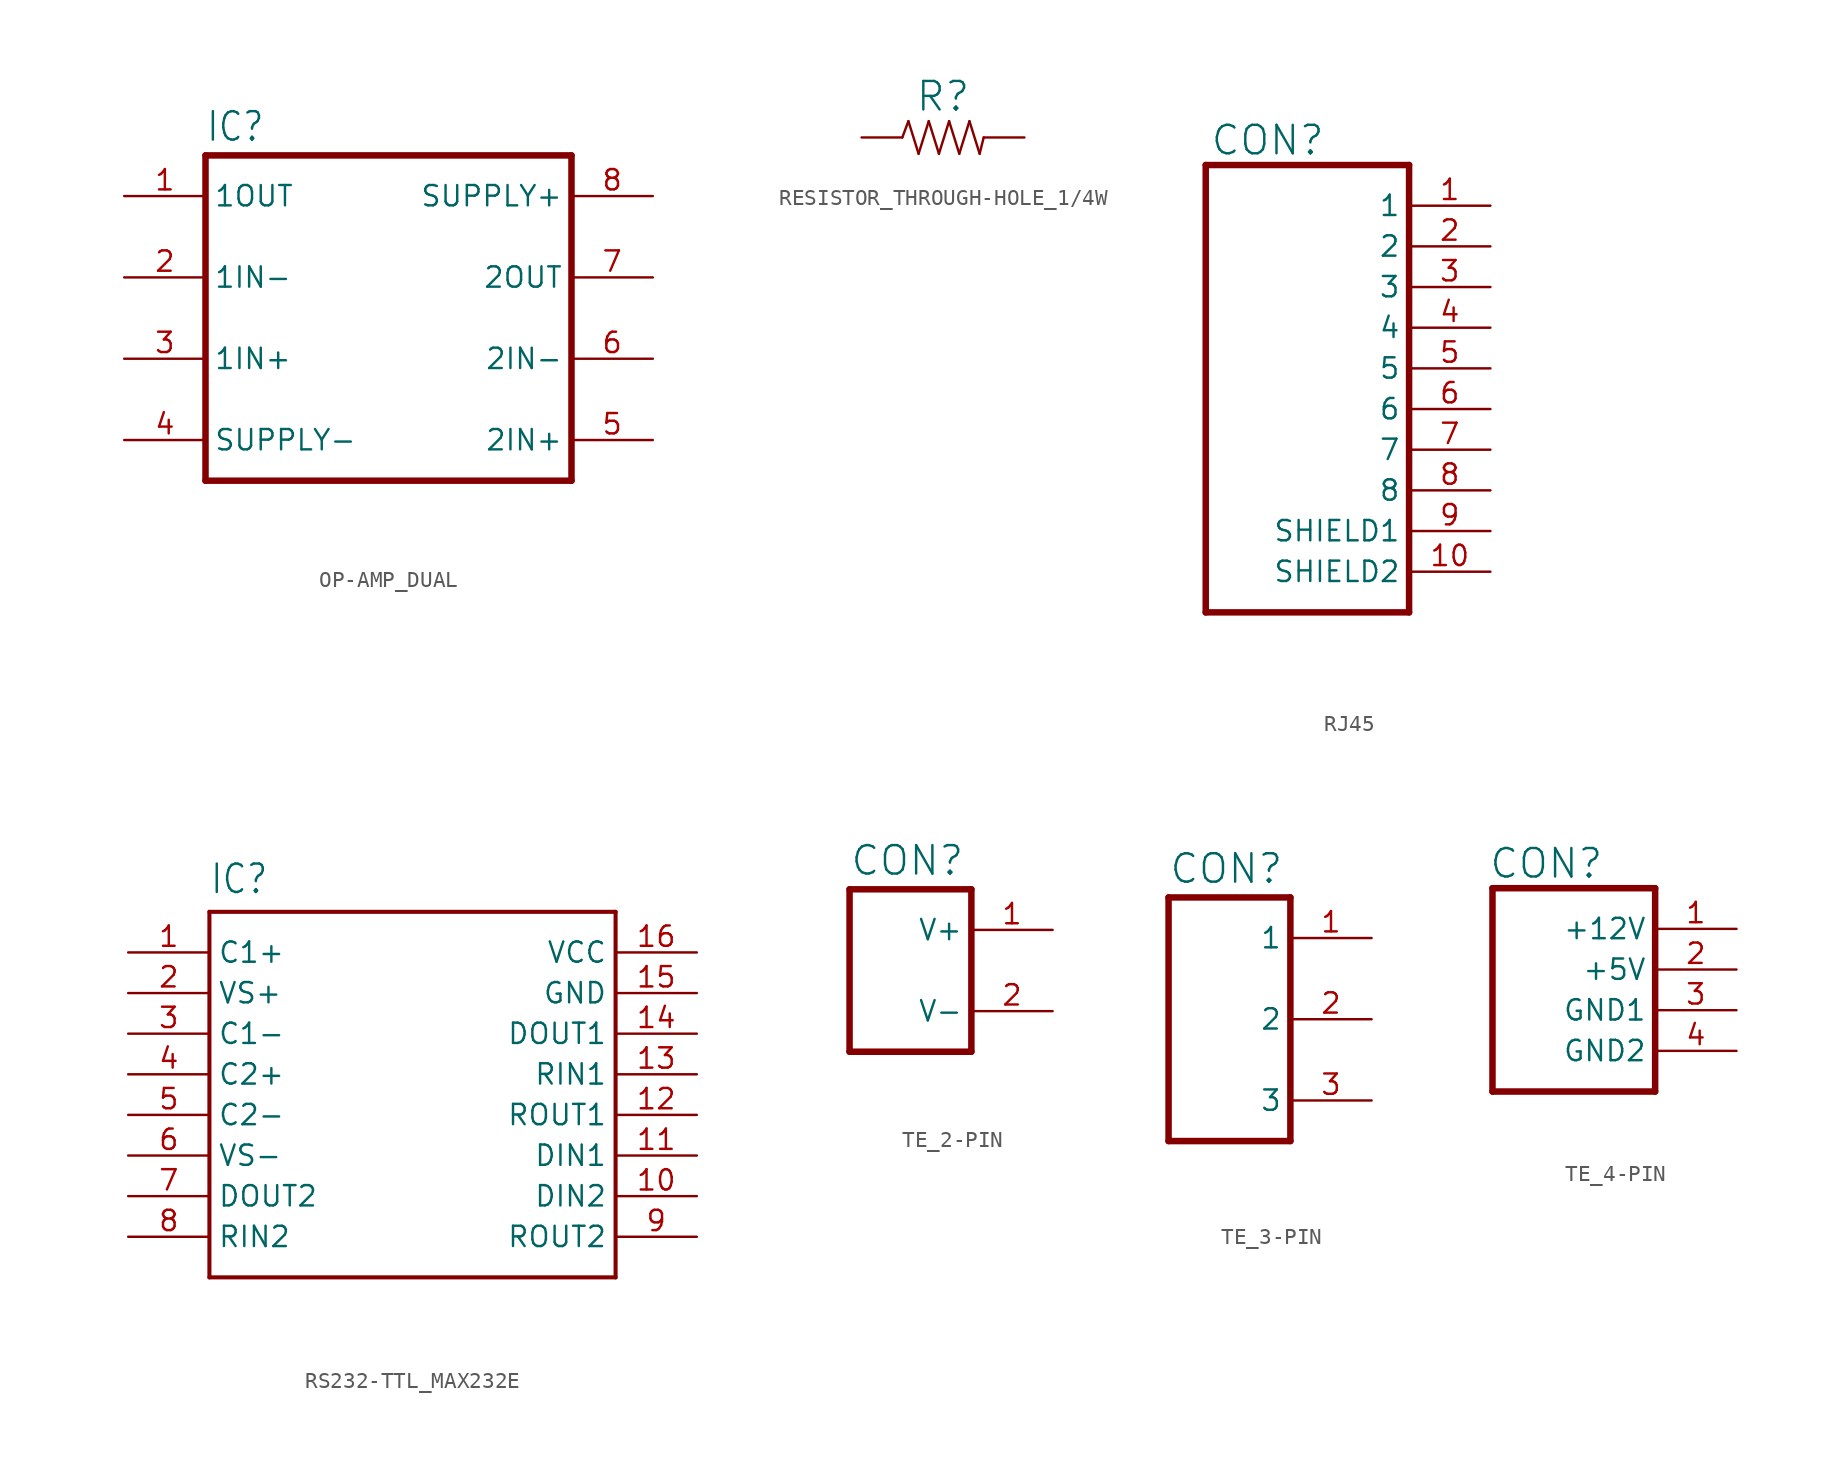
<source format=kicad_sym>
(kicad_symbol_lib
  (version 20220914)
  (generator kicad_symbol_editor)
  (symbol "OP-AMP_DUAL"
    (property "Reference" "IC"
      (at 0 21.082 0)
      (effects (font (size 1.778 1.511)) (justify left bottom)))
    (property "Value" ""
      (at 0 -2.54 0)
      (effects (font (size 1.778 1.511)) (justify left bottom)))
    (property "ki_locked" ""
      (at 0 0 0)
      (effects (font (size 1.27 1.27))))
    (symbol "OP-AMP_DUAL_1_0"
      (polyline (pts (xy 0 0) (xy 22.86 0)) (stroke (width 0.406) (type solid)) (fill (type none)))
      (polyline (pts (xy 0 20.32) (xy 0 0)) (stroke (width 0.406) (type solid)) (fill (type none)))
      (polyline (pts (xy 22.86 0) (xy 22.86 20.32)) (stroke (width 0.406) (type solid)) (fill (type none)))
      (polyline (pts (xy 22.86 20.32) (xy 0 20.32)) (stroke (width 0.406) (type solid)) (fill (type none)))
      (pin bidirectional line (at -5.08 17.78 0) (length 5.08) (name "1OUT" (effects (font (size 1.27 1.27)))) (number "1" (effects (font (size 1.27 1.27)))))
      (pin bidirectional line (at -5.08 12.7 0) (length 5.08) (name "1IN-" (effects (font (size 1.27 1.27)))) (number "2" (effects (font (size 1.27 1.27)))))
      (pin bidirectional line (at -5.08 7.62 0) (length 5.08) (name "1IN+" (effects (font (size 1.27 1.27)))) (number "3" (effects (font (size 1.27 1.27)))))
      (pin bidirectional line (at -5.08 2.54 0) (length 5.08) (name "SUPPLY-" (effects (font (size 1.27 1.27)))) (number "4" (effects (font (size 1.27 1.27)))))
      (pin bidirectional line (at 27.94 2.54 180) (length 5.08) (name "2IN+" (effects (font (size 1.27 1.27)))) (number "5" (effects (font (size 1.27 1.27)))))
      (pin bidirectional line (at 27.94 7.62 180) (length 5.08) (name "2IN-" (effects (font (size 1.27 1.27)))) (number "6" (effects (font (size 1.27 1.27)))))
      (pin bidirectional line (at 27.94 12.7 180) (length 5.08) (name "2OUT" (effects (font (size 1.27 1.27)))) (number "7" (effects (font (size 1.27 1.27)))))
      (pin bidirectional line (at 27.94 17.78 180) (length 5.08) (name "SUPPLY+" (effects (font (size 1.27 1.27)))) (number "8" (effects (font (size 1.27 1.27)))))))
  (symbol "RESISTOR_THROUGH-HOLE_1/4W"
    (property "Reference" "R"
      (at 0 1.524 0)
      (effects (font (size 1.778 1.778)) (justify bottom)))
    (property "Value" ""
      (at 0 -1.524 0)
      (effects (font (size 1.778 1.778)) (justify top)))
    (property "ki_locked" ""
      (at 0 0 0)
      (effects (font (size 1.27 1.27))))
    (symbol "RESISTOR_THROUGH-HOLE_1/4W_1_0"
      (polyline (pts (xy -2.54 0) (xy -2.159 1.016)) (stroke (width 0.152) (type solid)) (fill (type none)))
      (polyline (pts (xy -2.159 1.016) (xy -1.524 -1.016)) (stroke (width 0.152) (type solid)) (fill (type none)))
      (polyline (pts (xy -1.524 -1.016) (xy -0.889 1.016)) (stroke (width 0.152) (type solid)) (fill (type none)))
      (polyline (pts (xy -0.889 1.016) (xy -0.254 -1.016)) (stroke (width 0.152) (type solid)) (fill (type none)))
      (polyline (pts (xy -0.254 -1.016) (xy 0.381 1.016)) (stroke (width 0.152) (type solid)) (fill (type none)))
      (polyline (pts (xy 0.381 1.016) (xy 1.016 -1.016)) (stroke (width 0.152) (type solid)) (fill (type none)))
      (polyline (pts (xy 1.016 -1.016) (xy 1.651 1.016)) (stroke (width 0.152) (type solid)) (fill (type none)))
      (polyline (pts (xy 1.651 1.016) (xy 2.286 -1.016)) (stroke (width 0.152) (type solid)) (fill (type none)))
      (polyline (pts (xy 2.286 -1.016) (xy 2.54 0)) (stroke (width 0.152) (type solid)) (fill (type none)))
      (pin passive line (at -5.08 0 0) (length 2.54) (name "1" (effects (font (size 0 0)))) (number "P$1" (effects (font (size 0 0)))))
      (pin passive line (at 5.08 0 180) (length 2.54) (name "2" (effects (font (size 0 0)))) (number "P$2" (effects (font (size 0 0)))))))
  (symbol "RJ45"
    (property "Reference" "CON"
      (at 0.254 28.448 0)
      (effects (font (size 1.778 1.778)) (justify left bottom)))
    (property "Value" ""
      (at 0 -2.54 0)
      (effects (font (size 1.778 1.778)) (justify left bottom)))
    (property "ki_locked" ""
      (at 0 0 0)
      (effects (font (size 1.27 1.27))))
    (symbol "RJ45_1_0"
      (polyline (pts (xy 0 27.94) (xy 0 0)) (stroke (width 0.406) (type solid)) (fill (type none)))
      (polyline (pts (xy 0 27.94) (xy 12.7 27.94)) (stroke (width 0.406) (type solid)) (fill (type none)))
      (polyline (pts (xy 12.7 0) (xy 0 0)) (stroke (width 0.406) (type solid)) (fill (type none)))
      (polyline (pts (xy 12.7 0) (xy 12.7 27.94)) (stroke (width 0.406) (type solid)) (fill (type none)))
      (pin passive line (at 17.78 25.4 180) (length 5.08) (name "1" (effects (font (size 1.27 1.27)))) (number "1" (effects (font (size 1.27 1.27)))))
      (pin passive line (at 17.78 2.54 180) (length 5.08) (name "SHIELD2" (effects (font (size 1.27 1.27)))) (number "10" (effects (font (size 1.27 1.27)))))
      (pin passive line (at 17.78 22.86 180) (length 5.08) (name "2" (effects (font (size 1.27 1.27)))) (number "2" (effects (font (size 1.27 1.27)))))
      (pin passive line (at 17.78 20.32 180) (length 5.08) (name "3" (effects (font (size 1.27 1.27)))) (number "3" (effects (font (size 1.27 1.27)))))
      (pin passive line (at 17.78 17.78 180) (length 5.08) (name "4" (effects (font (size 1.27 1.27)))) (number "4" (effects (font (size 1.27 1.27)))))
      (pin passive line (at 17.78 15.24 180) (length 5.08) (name "5" (effects (font (size 1.27 1.27)))) (number "5" (effects (font (size 1.27 1.27)))))
      (pin passive line (at 17.78 12.7 180) (length 5.08) (name "6" (effects (font (size 1.27 1.27)))) (number "6" (effects (font (size 1.27 1.27)))))
      (pin passive line (at 17.78 10.16 180) (length 5.08) (name "7" (effects (font (size 1.27 1.27)))) (number "7" (effects (font (size 1.27 1.27)))))
      (pin passive line (at 17.78 7.62 180) (length 5.08) (name "8" (effects (font (size 1.27 1.27)))) (number "8" (effects (font (size 1.27 1.27)))))
      (pin passive line (at 17.78 5.08 180) (length 5.08) (name "SHIELD1" (effects (font (size 1.27 1.27)))) (number "9" (effects (font (size 1.27 1.27)))))))
  (symbol "RS232-TTL_MAX232E"
    (property "Reference" "IC"
      (at 0 23.876 0)
      (effects (font (size 1.778 1.511)) (justify left bottom)))
    (property "Value" ""
      (at 0 -2.54 0)
      (effects (font (size 1.778 1.511)) (justify left bottom)))
    (property "ki_locked" ""
      (at 0 0 0)
      (effects (font (size 1.27 1.27))))
    (symbol "RS232-TTL_MAX232E_1_0"
      (polyline (pts (xy 0 0) (xy 25.4 0)) (stroke (width 0.254) (type solid)) (fill (type none)))
      (polyline (pts (xy 0 22.86) (xy 0 0)) (stroke (width 0.254) (type solid)) (fill (type none)))
      (polyline (pts (xy 25.4 0) (xy 25.4 22.86)) (stroke (width 0.254) (type solid)) (fill (type none)))
      (polyline (pts (xy 25.4 22.86) (xy 0 22.86)) (stroke (width 0.254) (type solid)) (fill (type none)))
      (pin bidirectional line (at -5.08 20.32 0) (length 5.08) (name "C1+" (effects (font (size 1.27 1.27)))) (number "1" (effects (font (size 1.27 1.27)))))
      (pin bidirectional line (at 30.48 5.08 180) (length 5.08) (name "DIN2" (effects (font (size 1.27 1.27)))) (number "10" (effects (font (size 1.27 1.27)))))
      (pin bidirectional line (at 30.48 7.62 180) (length 5.08) (name "DIN1" (effects (font (size 1.27 1.27)))) (number "11" (effects (font (size 1.27 1.27)))))
      (pin bidirectional line (at 30.48 10.16 180) (length 5.08) (name "ROUT1" (effects (font (size 1.27 1.27)))) (number "12" (effects (font (size 1.27 1.27)))))
      (pin bidirectional line (at 30.48 12.7 180) (length 5.08) (name "RIN1" (effects (font (size 1.27 1.27)))) (number "13" (effects (font (size 1.27 1.27)))))
      (pin bidirectional line (at 30.48 15.24 180) (length 5.08) (name "DOUT1" (effects (font (size 1.27 1.27)))) (number "14" (effects (font (size 1.27 1.27)))))
      (pin bidirectional line (at 30.48 17.78 180) (length 5.08) (name "GND" (effects (font (size 1.27 1.27)))) (number "15" (effects (font (size 1.27 1.27)))))
      (pin bidirectional line (at 30.48 20.32 180) (length 5.08) (name "VCC" (effects (font (size 1.27 1.27)))) (number "16" (effects (font (size 1.27 1.27)))))
      (pin bidirectional line (at -5.08 17.78 0) (length 5.08) (name "VS+" (effects (font (size 1.27 1.27)))) (number "2" (effects (font (size 1.27 1.27)))))
      (pin bidirectional line (at -5.08 15.24 0) (length 5.08) (name "C1-" (effects (font (size 1.27 1.27)))) (number "3" (effects (font (size 1.27 1.27)))))
      (pin bidirectional line (at -5.08 12.7 0) (length 5.08) (name "C2+" (effects (font (size 1.27 1.27)))) (number "4" (effects (font (size 1.27 1.27)))))
      (pin bidirectional line (at -5.08 10.16 0) (length 5.08) (name "C2-" (effects (font (size 1.27 1.27)))) (number "5" (effects (font (size 1.27 1.27)))))
      (pin bidirectional line (at -5.08 7.62 0) (length 5.08) (name "VS-" (effects (font (size 1.27 1.27)))) (number "6" (effects (font (size 1.27 1.27)))))
      (pin bidirectional line (at -5.08 5.08 0) (length 5.08) (name "DOUT2" (effects (font (size 1.27 1.27)))) (number "7" (effects (font (size 1.27 1.27)))))
      (pin bidirectional line (at -5.08 2.54 0) (length 5.08) (name "RIN2" (effects (font (size 1.27 1.27)))) (number "8" (effects (font (size 1.27 1.27)))))
      (pin bidirectional line (at 30.48 2.54 180) (length 5.08) (name "ROUT2" (effects (font (size 1.27 1.27)))) (number "9" (effects (font (size 1.27 1.27)))))))
  (symbol "TE_2-PIN"
    (property "Reference" "CON"
      (at 0 10.922 0)
      (effects (font (size 1.778 1.778)) (justify left bottom)))
    (property "Value" ""
      (at 0 -2.794 0)
      (effects (font (size 1.778 1.778)) (justify left bottom)))
    (property "ki_locked" ""
      (at 0 0 0)
      (effects (font (size 1.27 1.27))))
    (symbol "TE_2-PIN_1_0"
      (polyline (pts (xy 0 10.16) (xy 0 0)) (stroke (width 0.406) (type solid)) (fill (type none)))
      (polyline (pts (xy 0 10.16) (xy 7.62 10.16)) (stroke (width 0.406) (type solid)) (fill (type none)))
      (polyline (pts (xy 7.62 0) (xy 0 0)) (stroke (width 0.406) (type solid)) (fill (type none)))
      (polyline (pts (xy 7.62 0) (xy 7.62 10.16)) (stroke (width 0.406) (type solid)) (fill (type none)))
      (pin passive line (at 12.7 7.62 180) (length 5.08) (name "V+" (effects (font (size 1.27 1.27)))) (number "1" (effects (font (size 1.27 1.27)))))
      (pin passive line (at 12.7 2.54 180) (length 5.08) (name "V-" (effects (font (size 1.27 1.27)))) (number "2" (effects (font (size 1.27 1.27)))))))
  (symbol "TE_3-PIN"
    (property "Reference" "CON"
      (at 0 16.002 0)
      (effects (font (size 1.778 1.778)) (justify left bottom)))
    (property "Value" ""
      (at 0 -2.794 0)
      (effects (font (size 1.778 1.778)) (justify left bottom)))
    (property "ki_locked" ""
      (at 0 0 0)
      (effects (font (size 1.27 1.27))))
    (symbol "TE_3-PIN_1_0"
      (polyline (pts (xy 0 15.24) (xy 0 0)) (stroke (width 0.406) (type solid)) (fill (type none)))
      (polyline (pts (xy 0 15.24) (xy 7.62 15.24)) (stroke (width 0.406) (type solid)) (fill (type none)))
      (polyline (pts (xy 7.62 0) (xy 0 0)) (stroke (width 0.406) (type solid)) (fill (type none)))
      (polyline (pts (xy 7.62 0) (xy 7.62 15.24)) (stroke (width 0.406) (type solid)) (fill (type none)))
      (pin passive line (at 12.7 12.7 180) (length 5.08) (name "1" (effects (font (size 1.27 1.27)))) (number "1" (effects (font (size 1.27 1.27)))))
      (pin passive line (at 12.7 7.62 180) (length 5.08) (name "2" (effects (font (size 1.27 1.27)))) (number "2" (effects (font (size 1.27 1.27)))))
      (pin passive line (at 12.7 2.54 180) (length 5.08) (name "3" (effects (font (size 1.27 1.27)))) (number "3" (effects (font (size 1.27 1.27)))))))
  (symbol "TE_4-PIN"
    (property "Reference" "CON"
      (at -0.254 13.208 0)
      (effects (font (size 1.778 1.778)) (justify left bottom)))
    (property "Value" ""
      (at -0.254 -2.286 0)
      (effects (font (size 1.778 1.778)) (justify left bottom)))
    (property "ki_locked" ""
      (at 0 0 0)
      (effects (font (size 1.27 1.27))))
    (symbol "TE_4-PIN_1_0"
      (polyline (pts (xy 0 12.7) (xy 0 0)) (stroke (width 0.406) (type solid)) (fill (type none)))
      (polyline (pts (xy 0 12.7) (xy 10.16 12.7)) (stroke (width 0.406) (type solid)) (fill (type none)))
      (polyline (pts (xy 10.16 0) (xy 0 0)) (stroke (width 0.406) (type solid)) (fill (type none)))
      (polyline (pts (xy 10.16 0) (xy 10.16 12.7)) (stroke (width 0.406) (type solid)) (fill (type none)))
      (pin passive line (at 15.24 10.16 180) (length 5.08) (name "+12V" (effects (font (size 1.27 1.27)))) (number "1" (effects (font (size 1.27 1.27)))))
      (pin passive line (at 15.24 7.62 180) (length 5.08) (name "+5V" (effects (font (size 1.27 1.27)))) (number "2" (effects (font (size 1.27 1.27)))))
      (pin passive line (at 15.24 5.08 180) (length 5.08) (name "GND1" (effects (font (size 1.27 1.27)))) (number "3" (effects (font (size 1.27 1.27)))))
      (pin passive line (at 15.24 2.54 180) (length 5.08) (name "GND2" (effects (font (size 1.27 1.27)))) (number "4" (effects (font (size 1.27 1.27))))))))
</source>
